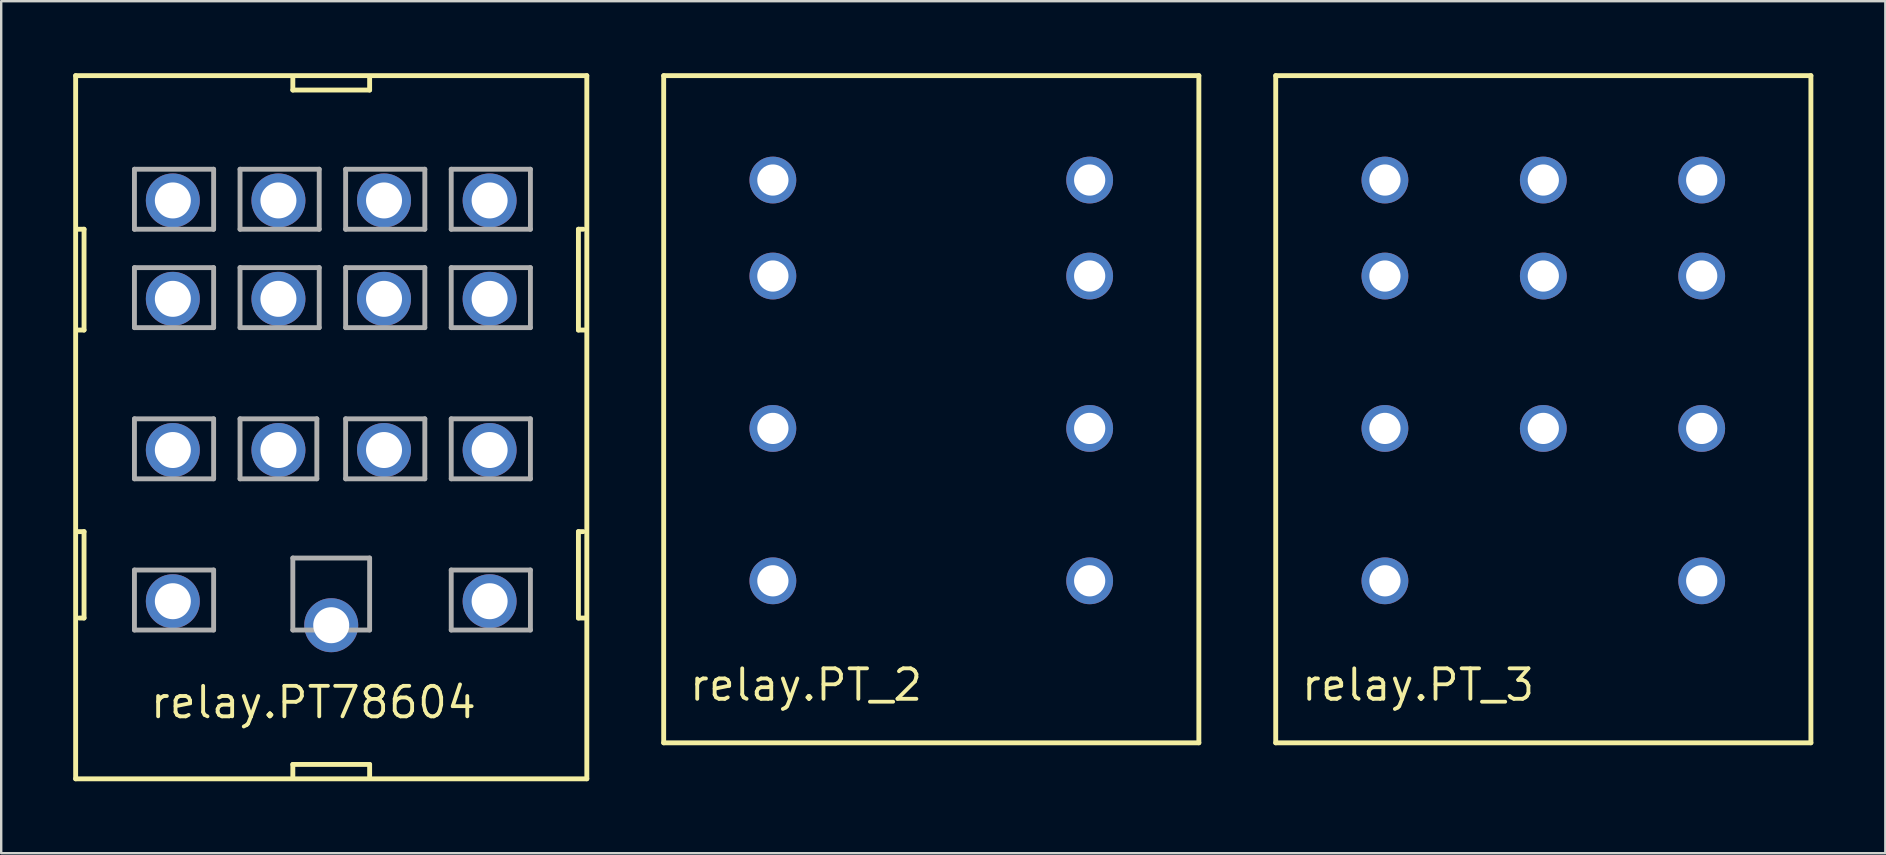
<source format=kicad_pcb>
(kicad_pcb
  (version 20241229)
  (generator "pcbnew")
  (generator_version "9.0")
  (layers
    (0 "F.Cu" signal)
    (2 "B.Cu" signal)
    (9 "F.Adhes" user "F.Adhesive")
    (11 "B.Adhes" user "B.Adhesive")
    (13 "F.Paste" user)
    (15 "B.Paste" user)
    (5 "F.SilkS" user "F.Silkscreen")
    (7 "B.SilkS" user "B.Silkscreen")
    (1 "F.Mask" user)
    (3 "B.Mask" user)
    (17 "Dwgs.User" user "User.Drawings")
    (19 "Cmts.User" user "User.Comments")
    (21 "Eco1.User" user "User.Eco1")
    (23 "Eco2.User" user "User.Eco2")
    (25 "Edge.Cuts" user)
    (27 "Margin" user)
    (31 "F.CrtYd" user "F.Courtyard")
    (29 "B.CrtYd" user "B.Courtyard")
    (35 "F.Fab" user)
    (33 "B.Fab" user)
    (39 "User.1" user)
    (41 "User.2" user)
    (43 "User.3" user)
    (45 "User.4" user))
  (footprint "relay.PT78604"
    (layer "F.Cu")
    (at 10.752 22.002)
    (property "Reference" "relay.PT78604" (at -7.62 4.96 0) (layer "F.SilkS") (effects (font (size 1.27 1.27) (thickness 0.16)) (justify left bottom)))
    (attr through_hole)
    (fp_line (start -10.65 -21.9) (end 10.65 -21.9) (stroke (width 0.203) (type default)) (layer "F.SilkS"))
    (fp_line (start -10.65 7.4) (end -10.65 -21.9) (stroke (width 0.203) (type default)) (layer "F.SilkS"))
    (fp_line (start -10.6 -11.3) (end -10.3 -11.3) (stroke (width 0.203) (type default)) (layer "F.SilkS"))
    (fp_line (start -10.3 -15.5) (end -10.6 -15.5) (stroke (width 0.203) (type default)) (layer "F.SilkS"))
    (fp_line (start -10.3 -11.3) (end -10.3 -15.5) (stroke (width 0.203) (type default)) (layer "F.SilkS"))
    (fp_line (start -10.3 -2.9) (end -10.6 -2.9) (stroke (width 0.203) (type default)) (layer "F.SilkS"))
    (fp_line (start -10.3 0.7) (end -10.5 0.7) (stroke (width 0.203) (type default)) (layer "F.SilkS"))
    (fp_line (start -10.3 0.7) (end -10.3 -2.9) (stroke (width 0.203) (type default)) (layer "F.SilkS"))
    (fp_line (start -1.6 -21.3) (end -1.6 -21.8) (stroke (width 0.203) (type default)) (layer "F.SilkS"))
    (fp_line (start -1.6 6.8) (end 1.6 6.8) (stroke (width 0.203) (type default)) (layer "F.SilkS"))
    (fp_line (start -1.6 7.3) (end -1.6 6.8) (stroke (width 0.203) (type default)) (layer "F.SilkS"))
    (fp_line (start 1.6 -21.8) (end 1.6 -21.3) (stroke (width 0.203) (type default)) (layer "F.SilkS"))
    (fp_line (start 1.6 -21.3) (end -1.6 -21.3) (stroke (width 0.203) (type default)) (layer "F.SilkS"))
    (fp_line (start 1.6 6.8) (end 1.6 7.3) (stroke (width 0.203) (type default)) (layer "F.SilkS"))
    (fp_line (start 10.3 -15.5) (end 10.5 -15.5) (stroke (width 0.203) (type default)) (layer "F.SilkS"))
    (fp_line (start 10.3 -11.3) (end 10.3 -15.5) (stroke (width 0.203) (type default)) (layer "F.SilkS"))
    (fp_line (start 10.3 -2.9) (end 10.5 -2.9) (stroke (width 0.203) (type default)) (layer "F.SilkS"))
    (fp_line (start 10.3 0.7) (end 10.3 -2.9) (stroke (width 0.203) (type default)) (layer "F.SilkS"))
    (fp_line (start 10.6 -11.3) (end 10.3 -11.3) (stroke (width 0.203) (type default)) (layer "F.SilkS"))
    (fp_line (start 10.6 0.7) (end 10.3 0.7) (stroke (width 0.203) (type default)) (layer "F.SilkS"))
    (fp_line (start 10.65 -21.9) (end 10.65 7.4) (stroke (width 0.203) (type default)) (layer "F.SilkS"))
    (fp_line (start 10.65 7.4) (end -10.65 7.4) (stroke (width 0.203) (type default)) (layer "F.SilkS"))
    (fp_line (start -8.2 -18) (end -4.9 -18) (stroke (width 0.203) (type default)) (layer "F.Fab"))
    (fp_line (start -8.2 -15.5) (end -8.2 -18) (stroke (width 0.203) (type default)) (layer "F.Fab"))
    (fp_line (start -8.2 -13.9) (end -4.9 -13.9) (stroke (width 0.203) (type default)) (layer "F.Fab"))
    (fp_line (start -8.2 -11.4) (end -8.2 -13.9) (stroke (width 0.203) (type default)) (layer "F.Fab"))
    (fp_line (start -8.2 -7.6) (end -4.9 -7.6) (stroke (width 0.203) (type default)) (layer "F.Fab"))
    (fp_line (start -8.2 -5.1) (end -8.2 -7.6) (stroke (width 0.203) (type default)) (layer "F.Fab"))
    (fp_line (start -8.2 -1.3) (end -4.9 -1.3) (stroke (width 0.203) (type default)) (layer "F.Fab"))
    (fp_line (start -8.2 1.2) (end -8.2 -1.3) (stroke (width 0.203) (type default)) (layer "F.Fab"))
    (fp_line (start -4.9 -18) (end -4.9 -15.5) (stroke (width 0.203) (type default)) (layer "F.Fab"))
    (fp_line (start -4.9 -15.5) (end -8.2 -15.5) (stroke (width 0.203) (type default)) (layer "F.Fab"))
    (fp_line (start -4.9 -13.9) (end -4.9 -11.4) (stroke (width 0.203) (type default)) (layer "F.Fab"))
    (fp_line (start -4.9 -11.4) (end -8.2 -11.4) (stroke (width 0.203) (type default)) (layer "F.Fab"))
    (fp_line (start -4.9 -7.6) (end -4.9 -5.1) (stroke (width 0.203) (type default)) (layer "F.Fab"))
    (fp_line (start -4.9 -5.1) (end -8.2 -5.1) (stroke (width 0.203) (type default)) (layer "F.Fab"))
    (fp_line (start -4.9 -1.3) (end -4.9 1.2) (stroke (width 0.203) (type default)) (layer "F.Fab"))
    (fp_line (start -4.9 1.2) (end -8.2 1.2) (stroke (width 0.203) (type default)) (layer "F.Fab"))
    (fp_line (start -3.8 -18) (end -0.5 -18) (stroke (width 0.203) (type default)) (layer "F.Fab"))
    (fp_line (start -3.8 -15.5) (end -3.8 -18) (stroke (width 0.203) (type default)) (layer "F.Fab"))
    (fp_line (start -3.8 -13.9) (end -0.5 -13.9) (stroke (width 0.203) (type default)) (layer "F.Fab"))
    (fp_line (start -3.8 -11.4) (end -3.8 -13.9) (stroke (width 0.203) (type default)) (layer "F.Fab"))
    (fp_line (start -3.8 -7.6) (end -0.6 -7.6) (stroke (width 0.203) (type default)) (layer "F.Fab"))
    (fp_line (start -3.8 -5.1) (end -3.8 -7.6) (stroke (width 0.203) (type default)) (layer "F.Fab"))
    (fp_line (start -1.6 -1.8) (end 1.6 -1.8) (stroke (width 0.203) (type default)) (layer "F.Fab"))
    (fp_line (start -1.6 1.2) (end -1.6 -1.8) (stroke (width 0.203) (type default)) (layer "F.Fab"))
    (fp_line (start -0.6 -7.6) (end -0.6 -5.1) (stroke (width 0.203) (type default)) (layer "F.Fab"))
    (fp_line (start -0.6 -5.1) (end -3.8 -5.1) (stroke (width 0.203) (type default)) (layer "F.Fab"))
    (fp_line (start -0.5 -18) (end -0.5 -15.5) (stroke (width 0.203) (type default)) (layer "F.Fab"))
    (fp_line (start -0.5 -15.5) (end -3.8 -15.5) (stroke (width 0.203) (type default)) (layer "F.Fab"))
    (fp_line (start -0.5 -13.9) (end -0.5 -11.4) (stroke (width 0.203) (type default)) (layer "F.Fab"))
    (fp_line (start -0.5 -11.4) (end -3.8 -11.4) (stroke (width 0.203) (type default)) (layer "F.Fab"))
    (fp_line (start 0.6 -18) (end 3.9 -18) (stroke (width 0.203) (type default)) (layer "F.Fab"))
    (fp_line (start 0.6 -15.5) (end 0.6 -18) (stroke (width 0.203) (type default)) (layer "F.Fab"))
    (fp_line (start 0.6 -13.9) (end 3.9 -13.9) (stroke (width 0.203) (type default)) (layer "F.Fab"))
    (fp_line (start 0.6 -11.4) (end 0.6 -13.9) (stroke (width 0.203) (type default)) (layer "F.Fab"))
    (fp_line (start 0.6 -7.6) (end 3.9 -7.6) (stroke (width 0.203) (type default)) (layer "F.Fab"))
    (fp_line (start 0.6 -5.1) (end 0.6 -7.6) (stroke (width 0.203) (type default)) (layer "F.Fab"))
    (fp_line (start 1.6 -1.8) (end 1.6 1.2) (stroke (width 0.203) (type default)) (layer "F.Fab"))
    (fp_line (start 1.6 1.2) (end -1.6 1.2) (stroke (width 0.203) (type default)) (layer "F.Fab"))
    (fp_line (start 3.9 -18) (end 3.9 -15.5) (stroke (width 0.203) (type default)) (layer "F.Fab"))
    (fp_line (start 3.9 -15.5) (end 0.6 -15.5) (stroke (width 0.203) (type default)) (layer "F.Fab"))
    (fp_line (start 3.9 -13.9) (end 3.9 -11.4) (stroke (width 0.203) (type default)) (layer "F.Fab"))
    (fp_line (start 3.9 -11.4) (end 0.6 -11.4) (stroke (width 0.203) (type default)) (layer "F.Fab"))
    (fp_line (start 3.9 -7.6) (end 3.9 -5.1) (stroke (width 0.203) (type default)) (layer "F.Fab"))
    (fp_line (start 3.9 -5.1) (end 0.6 -5.1) (stroke (width 0.203) (type default)) (layer "F.Fab"))
    (fp_line (start 5 -18) (end 8.3 -18) (stroke (width 0.203) (type default)) (layer "F.Fab"))
    (fp_line (start 5 -15.5) (end 5 -18) (stroke (width 0.203) (type default)) (layer "F.Fab"))
    (fp_line (start 5 -13.9) (end 8.3 -13.9) (stroke (width 0.203) (type default)) (layer "F.Fab"))
    (fp_line (start 5 -11.4) (end 5 -13.9) (stroke (width 0.203) (type default)) (layer "F.Fab"))
    (fp_line (start 5 -7.6) (end 8.3 -7.6) (stroke (width 0.203) (type default)) (layer "F.Fab"))
    (fp_line (start 5 -5.1) (end 5 -7.6) (stroke (width 0.203) (type default)) (layer "F.Fab"))
    (fp_line (start 5 -1.3) (end 8.3 -1.3) (stroke (width 0.203) (type default)) (layer "F.Fab"))
    (fp_line (start 5 1.2) (end 5 -1.3) (stroke (width 0.203) (type default)) (layer "F.Fab"))
    (fp_line (start 8.3 -18) (end 8.3 -15.5) (stroke (width 0.203) (type default)) (layer "F.Fab"))
    (fp_line (start 8.3 -15.5) (end 5 -15.5) (stroke (width 0.203) (type default)) (layer "F.Fab"))
    (fp_line (start 8.3 -13.9) (end 8.3 -11.4) (stroke (width 0.203) (type default)) (layer "F.Fab"))
    (fp_line (start 8.3 -11.4) (end 5 -11.4) (stroke (width 0.203) (type default)) (layer "F.Fab"))
    (fp_line (start 8.3 -7.6) (end 8.3 -5.1) (stroke (width 0.203) (type default)) (layer "F.Fab"))
    (fp_line (start 8.3 -5.1) (end 5 -5.1) (stroke (width 0.203) (type default)) (layer "F.Fab"))
    (fp_line (start 8.3 -1.3) (end 8.3 1.2) (stroke (width 0.203) (type default)) (layer "F.Fab"))
    (fp_line (start 8.3 1.2) (end 5 1.2) (stroke (width 0.203) (type default)) (layer "F.Fab"))
    (pad "11" thru_hole circle (at 6.6 -6.3) (size 2.25 2.25) (drill 1.5) (layers "*.Cu" "*.Mask"))
    (pad "12" thru_hole circle (at 6.6 -16.7) (size 2.25 2.25) (drill 1.5) (layers "*.Cu" "*.Mask"))
    (pad "14" thru_hole circle (at 6.6 -12.6) (size 2.25 2.25) (drill 1.5) (layers "*.Cu" "*.Mask"))
    (pad "21" thru_hole circle (at 2.2 -6.3) (size 2.25 2.25) (drill 1.5) (layers "*.Cu" "*.Mask"))
    (pad "22" thru_hole circle (at 2.2 -16.7) (size 2.25 2.25) (drill 1.5) (layers "*.Cu" "*.Mask"))
    (pad "24" thru_hole circle (at 2.2 -12.6) (size 2.25 2.25) (drill 1.5) (layers "*.Cu" "*.Mask"))
    (pad "31" thru_hole circle (at -2.2 -6.3) (size 2.25 2.25) (drill 1.5) (layers "*.Cu" "*.Mask"))
    (pad "32" thru_hole circle (at -2.2 -16.7) (size 2.25 2.25) (drill 1.5) (layers "*.Cu" "*.Mask"))
    (pad "34" thru_hole circle (at -2.2 -12.6) (size 2.25 2.25) (drill 1.5) (layers "*.Cu" "*.Mask"))
    (pad "41" thru_hole circle (at -6.6 -6.3) (size 2.25 2.25) (drill 1.5) (layers "*.Cu" "*.Mask"))
    (pad "42" thru_hole circle (at -6.6 -16.7) (size 2.25 2.25) (drill 1.5) (layers "*.Cu" "*.Mask"))
    (pad "44" thru_hole circle (at -6.6 -12.6) (size 2.25 2.25) (drill 1.5) (layers "*.Cu" "*.Mask"))
    (pad "A1" thru_hole circle (at 6.6 0) (size 2.25 2.25) (drill 1.5) (layers "*.Cu" "*.Mask"))
    (pad "A2" thru_hole circle (at -6.6 0) (size 2.25 2.25) (drill 1.5) (layers "*.Cu" "*.Mask"))
    (pad "M" thru_hole circle (at 0 1) (size 2.25 2.25) (drill 1.5) (layers "*.Cu" "*.Mask")))
  (footprint "relay.PT_3"
    (layer "F.Cu")
    (at 61.258 21.152)
    (property "Reference" "relay.PT_3" (at -10.16 5.08 0) (layer "F.SilkS") (effects (font (size 1.27 1.27) (thickness 0.16)) (justify left bottom)))
    (attr through_hole)
    (fp_line (start -11.15 -21.05) (end 11.15 -21.05) (stroke (width 0.203) (type default)) (layer "F.SilkS"))
    (fp_line (start -11.15 6.75) (end -11.15 -21.05) (stroke (width 0.203) (type default)) (layer "F.SilkS"))
    (fp_line (start 11.15 -21.05) (end 11.15 6.75) (stroke (width 0.203) (type default)) (layer "F.SilkS"))
    (fp_line (start 11.15 6.75) (end -11.15 6.75) (stroke (width 0.203) (type default)) (layer "F.SilkS"))
    (pad "11" thru_hole circle (at 6.6 -6.35 180) (size 1.95 1.95) (drill 1.3) (layers "*.Cu" "*.Mask"))
    (pad "12" thru_hole circle (at 6.6 -16.7 180) (size 1.95 1.95) (drill 1.3) (layers "*.Cu" "*.Mask"))
    (pad "14" thru_hole circle (at 6.6 -12.7 180) (size 1.95 1.95) (drill 1.3) (layers "*.Cu" "*.Mask"))
    (pad "21" thru_hole circle (at 0 -6.35 180) (size 1.95 1.95) (drill 1.3) (layers "*.Cu" "*.Mask"))
    (pad "22" thru_hole circle (at 0 -16.7 180) (size 1.95 1.95) (drill 1.3) (layers "*.Cu" "*.Mask"))
    (pad "24" thru_hole circle (at 0 -12.7 180) (size 1.95 1.95) (drill 1.3) (layers "*.Cu" "*.Mask"))
    (pad "31" thru_hole circle (at -6.6 -6.35 180) (size 1.95 1.95) (drill 1.3) (layers "*.Cu" "*.Mask"))
    (pad "32" thru_hole circle (at -6.6 -16.7 180) (size 1.95 1.95) (drill 1.3) (layers "*.Cu" "*.Mask"))
    (pad "34" thru_hole circle (at -6.6 -12.7 180) (size 1.95 1.95) (drill 1.3) (layers "*.Cu" "*.Mask"))
    (pad "A1" thru_hole circle (at 6.6 0 180) (size 1.95 1.95) (drill 1.3) (layers "*.Cu" "*.Mask"))
    (pad "A2" thru_hole circle (at -6.6 0 180) (size 1.95 1.95) (drill 1.3) (layers "*.Cu" "*.Mask")))
  (footprint "relay.PT_2"
    (layer "F.Cu")
    (at 35.755 21.152)
    (property "Reference" "relay.PT_2" (at -10.16 5.08 0) (layer "F.SilkS") (effects (font (size 1.27 1.27) (thickness 0.16)) (justify left bottom)))
    (attr through_hole)
    (fp_line (start -11.15 -21.05) (end 11.15 -21.05) (stroke (width 0.203) (type default)) (layer "F.SilkS"))
    (fp_line (start -11.15 6.75) (end -11.15 -21.05) (stroke (width 0.203) (type default)) (layer "F.SilkS"))
    (fp_line (start 11.15 -21.05) (end 11.15 6.75) (stroke (width 0.203) (type default)) (layer "F.SilkS"))
    (fp_line (start 11.15 6.75) (end -11.15 6.75) (stroke (width 0.203) (type default)) (layer "F.SilkS"))
    (pad "11" thru_hole circle (at 6.6 -6.35 180) (size 1.95 1.95) (drill 1.3) (layers "*.Cu" "*.Mask"))
    (pad "12" thru_hole circle (at 6.6 -16.7 180) (size 1.95 1.95) (drill 1.3) (layers "*.Cu" "*.Mask"))
    (pad "14" thru_hole circle (at 6.6 -12.7 180) (size 1.95 1.95) (drill 1.3) (layers "*.Cu" "*.Mask"))
    (pad "41" thru_hole circle (at -6.6 -6.35 180) (size 1.95 1.95) (drill 1.3) (layers "*.Cu" "*.Mask"))
    (pad "42" thru_hole circle (at -6.6 -16.7 180) (size 1.95 1.95) (drill 1.3) (layers "*.Cu" "*.Mask"))
    (pad "44" thru_hole circle (at -6.6 -12.7 180) (size 1.95 1.95) (drill 1.3) (layers "*.Cu" "*.Mask"))
    (pad "A1" thru_hole circle (at 6.6 0 180) (size 1.95 1.95) (drill 1.3) (layers "*.Cu" "*.Mask"))
    (pad "A2" thru_hole circle (at -6.6 0 180) (size 1.95 1.95) (drill 1.3) (layers "*.Cu" "*.Mask")))
  (gr_rect
    (start -3 -3)
    (end 75.51 32.503)
    (stroke (width 0.1) (type default))
    (fill no)
    (layer "Edge.Cuts")))
</source>
